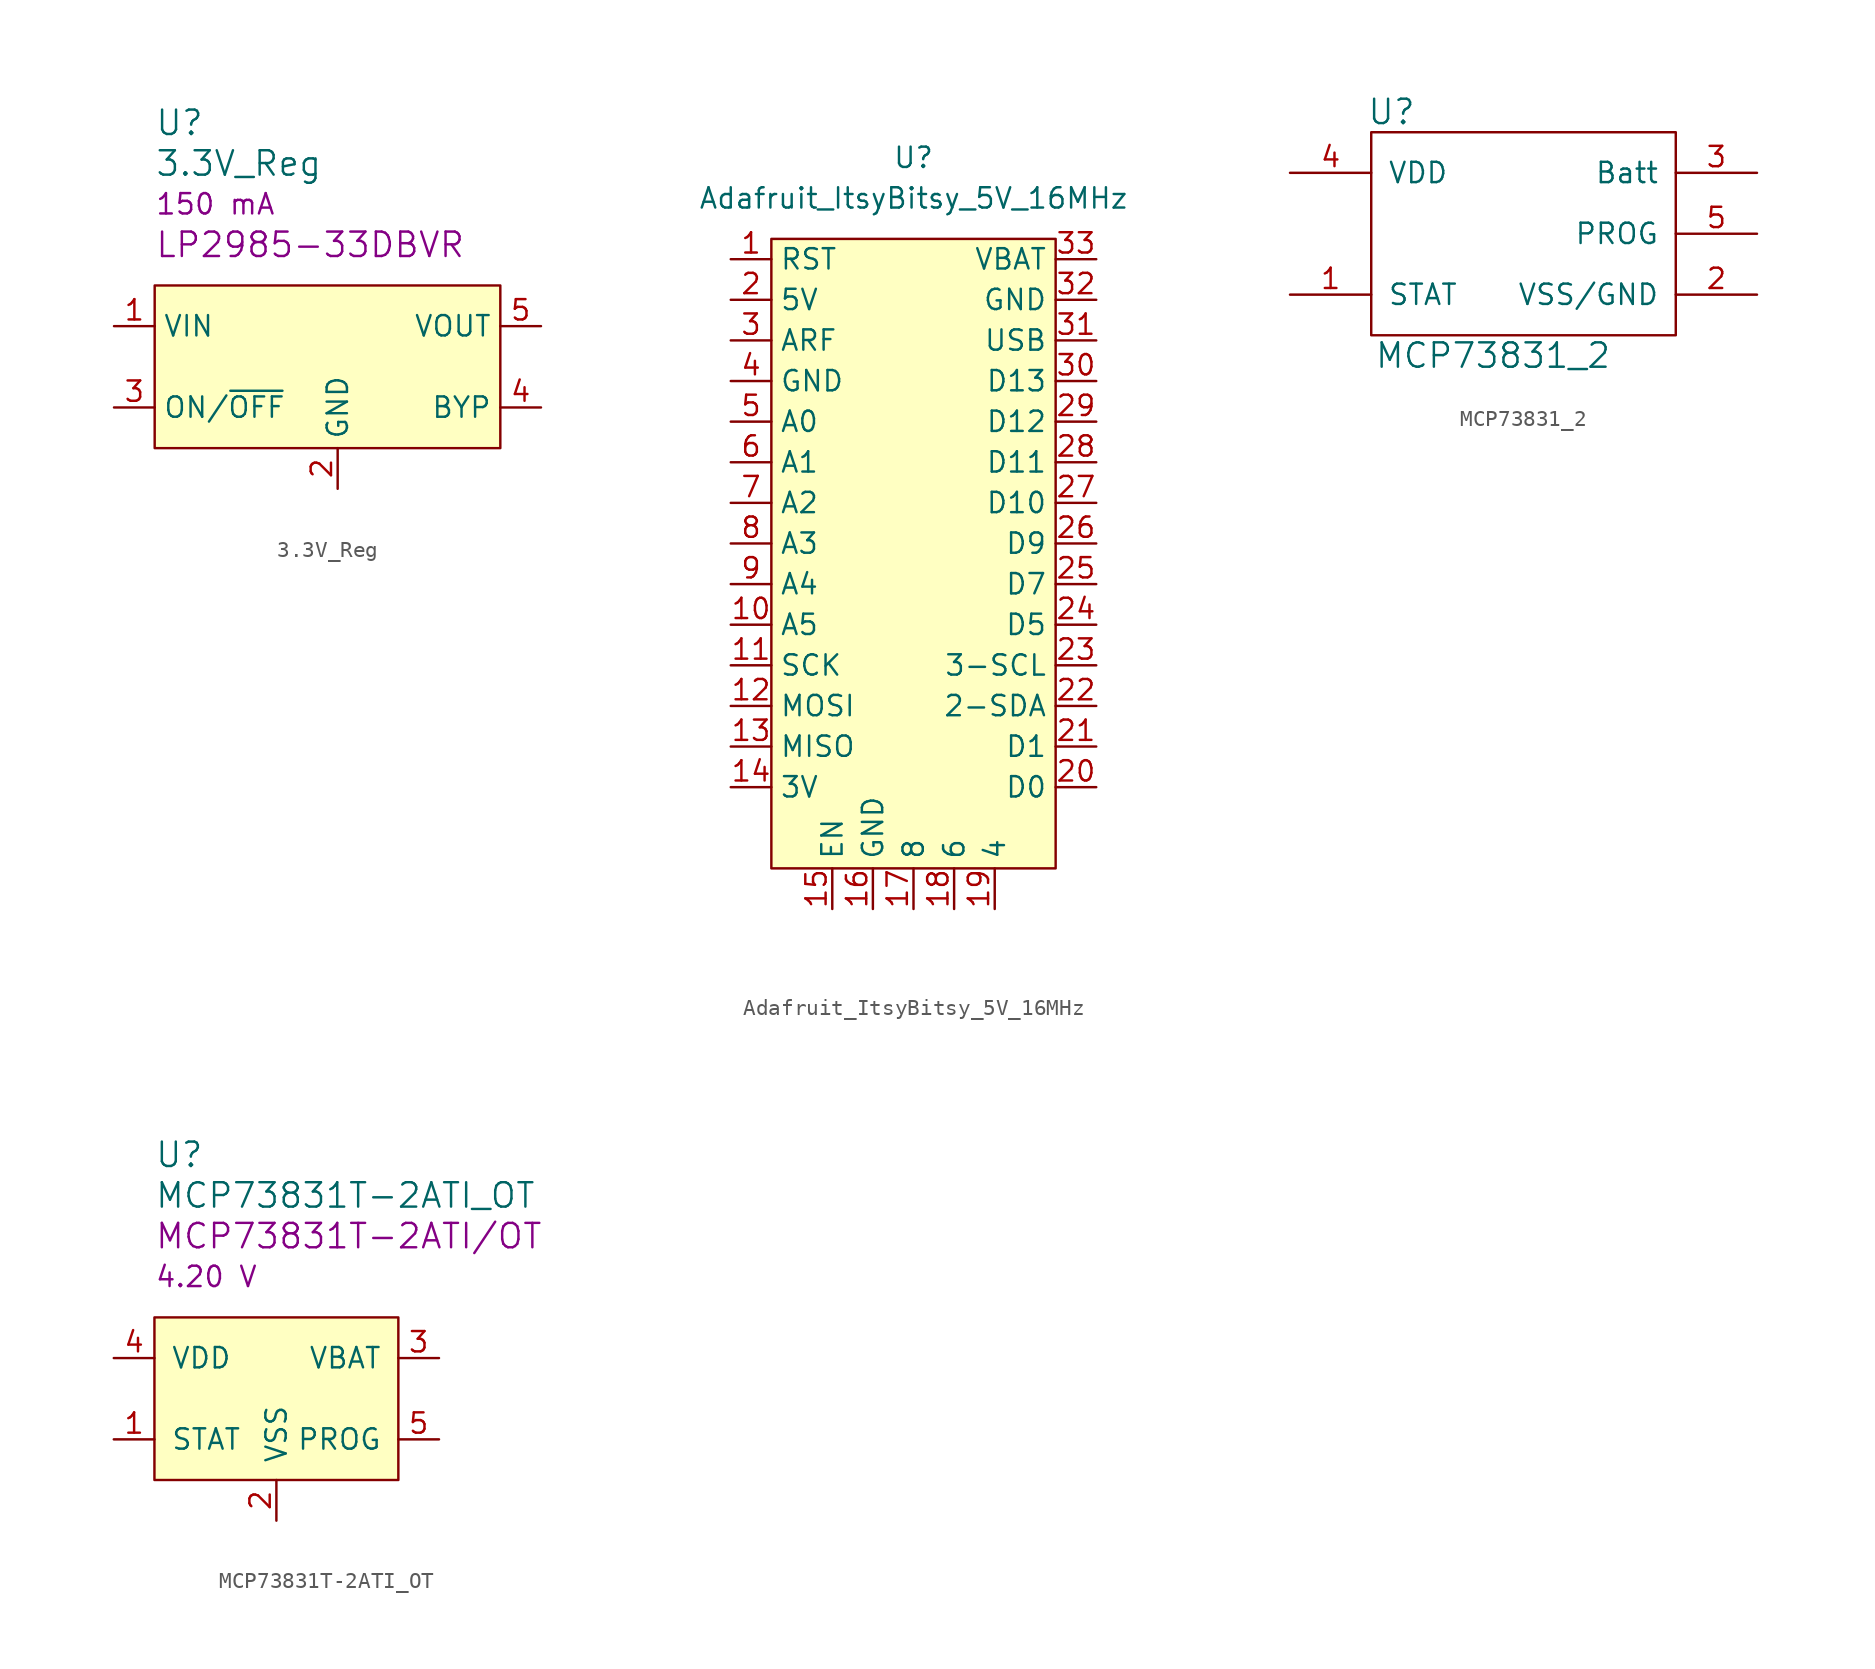
<source format=kicad_sym>
(kicad_symbol_lib
  (version 20211014)
  (generator kicad_symbol_editor)
  (symbol "3.3V_Reg"
    (property "Reference" "U"
      (at -13.97 15.24 0)
      (effects (font (size 1.524 1.524)) (justify left)))
    (property "Value" "3.3V_Reg"
      (at -13.97 12.7 0)
      (effects (font (size 1.524 1.524)) (justify left)))
    (property "MPN" "LP2985-33DBVR"
      (at -13.97 7.62 0)
      (effects (font (size 1.524 1.524)) (justify left)))
    (property "Imax" "150 mA"
      (at -13.97 10.16 0)
      (effects (font (size 1.27 1.27)) (justify left)))
    (symbol "3.3V_Reg_0_1"
      (rectangle (start -13.97 5.08) (end 7.62 -5.08) (stroke (width 0) (type default) (color 0 0 0 0)) (fill (type background))))
    (symbol "3.3V_Reg_1_1"
      (pin power_in line (at -16.51 2.54 0) (length 2.54) (name "VIN" (effects (font (size 1.27 1.27)))) (number "1" (effects (font (size 1.27 1.27)))))
      (pin power_in line (at -2.54 -7.62 90) (length 2.54) (name "GND" (effects (font (size 1.27 1.27)))) (number "2" (effects (font (size 1.27 1.27)))))
      (pin input line (at -16.51 -2.54 0) (length 2.54) (name "ON/~{OFF}" (effects (font (size 1.27 1.27)))) (number "3" (effects (font (size 1.27 1.27)))))
      (pin passive line (at 10.16 -2.54 180) (length 2.54) (name "BYP" (effects (font (size 1.27 1.27)))) (number "4" (effects (font (size 1.27 1.27)))))
      (pin power_out line (at 10.16 2.54 180) (length 2.54) (name "VOUT" (effects (font (size 1.27 1.27)))) (number "5" (effects (font (size 1.27 1.27)))))))
  (symbol "Adafruit_ItsyBitsy_5V_16MHz"
    (property "Reference" "U"
      (at 0 0 0)
      (effects (font (size 1.27 1.27))))
    (property "Value" "Adafruit_ItsyBitsy_5V_16MHz"
      (at 0 -2.54 0)
      (effects (font (size 1.27 1.27))))
    (symbol "Adafruit_ItsyBitsy_5V_16MHz_0_1"
      (rectangle (start -8.89 -5.08) (end 8.89 -44.45) (stroke (width 0) (type default) (color 0 0 0 0)) (fill (type background))))
    (symbol "Adafruit_ItsyBitsy_5V_16MHz_1_1"
      (pin input line (at -11.43 -6.35 0) (length 2.54) (name "RST" (effects (font (size 1.27 1.27)))) (number "1" (effects (font (size 1.27 1.27)))))
      (pin bidirectional line (at -11.43 -29.21 0) (length 2.54) (name "A5" (effects (font (size 1.27 1.27)))) (number "10" (effects (font (size 1.27 1.27)))))
      (pin output line (at -11.43 -31.75 0) (length 2.54) (name "SCK" (effects (font (size 1.27 1.27)))) (number "11" (effects (font (size 1.27 1.27)))))
      (pin output line (at -11.43 -34.29 0) (length 2.54) (name "MOSI" (effects (font (size 1.27 1.27)))) (number "12" (effects (font (size 1.27 1.27)))))
      (pin input line (at -11.43 -36.83 0) (length 2.54) (name "MISO" (effects (font (size 1.27 1.27)))) (number "13" (effects (font (size 1.27 1.27)))))
      (pin passive line (at -11.43 -39.37 0) (length 2.54) (name "3V" (effects (font (size 1.27 1.27)))) (number "14" (effects (font (size 1.27 1.27)))))
      (pin input line (at -5.08 -46.99 90) (length 2.54) (name "EN" (effects (font (size 1.27 1.27)))) (number "15" (effects (font (size 1.27 1.27)))))
      (pin passive line (at -2.54 -46.99 90) (length 2.54) (name "GND" (effects (font (size 1.27 1.27)))) (number "16" (effects (font (size 1.27 1.27)))))
      (pin bidirectional line (at 0 -46.99 90) (length 2.54) (name "8" (effects (font (size 1.27 1.27)))) (number "17" (effects (font (size 1.27 1.27)))))
      (pin bidirectional line (at 2.54 -46.99 90) (length 2.54) (name "6" (effects (font (size 1.27 1.27)))) (number "18" (effects (font (size 1.27 1.27)))))
      (pin bidirectional line (at 5.08 -46.99 90) (length 2.54) (name "4" (effects (font (size 1.27 1.27)))) (number "19" (effects (font (size 1.27 1.27)))))
      (pin power_out line (at -11.43 -8.89 0) (length 2.54) (name "5V" (effects (font (size 1.27 1.27)))) (number "2" (effects (font (size 1.27 1.27)))))
      (pin bidirectional line (at 11.43 -39.37 180) (length 2.54) (name "D0" (effects (font (size 1.27 1.27)))) (number "20" (effects (font (size 1.27 1.27)))))
      (pin bidirectional line (at 11.43 -36.83 180) (length 2.54) (name "D1" (effects (font (size 1.27 1.27)))) (number "21" (effects (font (size 1.27 1.27)))))
      (pin bidirectional line (at 11.43 -34.29 180) (length 2.54) (name "2-SDA" (effects (font (size 1.27 1.27)))) (number "22" (effects (font (size 1.27 1.27)))))
      (pin bidirectional line (at 11.43 -31.75 180) (length 2.54) (name "3-SCL" (effects (font (size 1.27 1.27)))) (number "23" (effects (font (size 1.27 1.27)))))
      (pin bidirectional line (at 11.43 -29.21 180) (length 2.54) (name "D5" (effects (font (size 1.27 1.27)))) (number "24" (effects (font (size 1.27 1.27)))))
      (pin bidirectional line (at 11.43 -26.67 180) (length 2.54) (name "D7" (effects (font (size 1.27 1.27)))) (number "25" (effects (font (size 1.27 1.27)))))
      (pin bidirectional line (at 11.43 -24.13 180) (length 2.54) (name "D9" (effects (font (size 1.27 1.27)))) (number "26" (effects (font (size 1.27 1.27)))))
      (pin bidirectional line (at 11.43 -21.59 180) (length 2.54) (name "D10" (effects (font (size 1.27 1.27)))) (number "27" (effects (font (size 1.27 1.27)))))
      (pin bidirectional line (at 11.43 -19.05 180) (length 2.54) (name "D11" (effects (font (size 1.27 1.27)))) (number "28" (effects (font (size 1.27 1.27)))))
      (pin bidirectional line (at 11.43 -16.51 180) (length 2.54) (name "D12" (effects (font (size 1.27 1.27)))) (number "29" (effects (font (size 1.27 1.27)))))
      (pin passive line (at -11.43 -11.43 0) (length 2.54) (name "ARF" (effects (font (size 1.27 1.27)))) (number "3" (effects (font (size 1.27 1.27)))))
      (pin bidirectional line (at 11.43 -13.97 180) (length 2.54) (name "D13" (effects (font (size 1.27 1.27)))) (number "30" (effects (font (size 1.27 1.27)))))
      (pin power_in line (at 11.43 -11.43 180) (length 2.54) (name "USB" (effects (font (size 1.27 1.27)))) (number "31" (effects (font (size 1.27 1.27)))))
      (pin passive line (at 11.43 -8.89 180) (length 2.54) (name "GND" (effects (font (size 1.27 1.27)))) (number "32" (effects (font (size 1.27 1.27)))))
      (pin passive line (at 11.43 -6.35 180) (length 2.54) (name "VBAT" (effects (font (size 1.27 1.27)))) (number "33" (effects (font (size 1.27 1.27)))))
      (pin passive line (at -11.43 -13.97 0) (length 2.54) (name "GND" (effects (font (size 1.27 1.27)))) (number "4" (effects (font (size 1.27 1.27)))))
      (pin bidirectional line (at -11.43 -16.51 0) (length 2.54) (name "A0" (effects (font (size 1.27 1.27)))) (number "5" (effects (font (size 1.27 1.27)))))
      (pin bidirectional line (at -11.43 -19.05 0) (length 2.54) (name "A1" (effects (font (size 1.27 1.27)))) (number "6" (effects (font (size 1.27 1.27)))))
      (pin bidirectional line (at -11.43 -21.59 0) (length 2.54) (name "A2" (effects (font (size 1.27 1.27)))) (number "7" (effects (font (size 1.27 1.27)))))
      (pin bidirectional line (at -11.43 -24.13 0) (length 2.54) (name "A3" (effects (font (size 1.27 1.27)))) (number "8" (effects (font (size 1.27 1.27)))))
      (pin bidirectional line (at -11.43 -26.67 0) (length 2.54) (name "A4" (effects (font (size 1.27 1.27)))) (number "9" (effects (font (size 1.27 1.27)))))))
  (symbol "MCP73831_2"
    (pin_names
      (offset 1.016))
    (property "Reference" "U"
      (at 1.27 7.62 0)
      (effects (font (size 1.524 1.524))))
    (property "Value" "MCP73831_2"
      (at 7.62 -7.62 0)
      (effects (font (size 1.524 1.524))))
    (symbol "MCP73831_2_0_1"
      (rectangle (start 0 6.35) (end 19.05 -6.35) (stroke (width 0) (type default) (color 0 0 0 0)) (fill (type none))))
    (symbol "MCP73831_2_1_1"
      (pin input line (at -5.08 -3.81 0) (length 5.08) (name "STAT" (effects (font (size 1.27 1.27)))) (number "1" (effects (font (size 1.27 1.27)))))
      (pin input line (at 24.13 -3.81 180) (length 5.08) (name "VSS/GND" (effects (font (size 1.27 1.27)))) (number "2" (effects (font (size 1.27 1.27)))))
      (pin input line (at 24.13 3.81 180) (length 5.08) (name "Batt" (effects (font (size 1.27 1.27)))) (number "3" (effects (font (size 1.27 1.27)))))
      (pin input line (at -5.08 3.81 0) (length 5.08) (name "VDD" (effects (font (size 1.27 1.27)))) (number "4" (effects (font (size 1.27 1.27)))))
      (pin input line (at 24.13 0 180) (length 5.08) (name "PROG" (effects (font (size 1.27 1.27)))) (number "5" (effects (font (size 1.27 1.27)))))))
  (symbol "MCP73831T-2ATI_OT"
    (pin_names
      (offset 1.016))
    (property "Reference" "U"
      (at -7.62 12.7 0)
      (effects (font (size 1.524 1.524)) (justify left)))
    (property "Value" "MCP73831T-2ATI_OT"
      (at -7.62 10.16 0)
      (effects (font (size 1.524 1.524)) (justify left)))
    (property "MPN" "MCP73831T-2ATI/OT"
      (at -7.62 7.62 0)
      (effects (font (size 1.524 1.524)) (justify left)))
    (property "Vreg" "4.20 V"
      (at -7.62 5.08 0)
      (effects (font (size 1.27 1.27)) (justify left)))
    (symbol "MCP73831T-2ATI_OT_0_1"
      (rectangle (start 7.62 2.54) (end -7.62 -7.62) (stroke (width 0) (type default) (color 0 0 0 0)) (fill (type background))))
    (symbol "MCP73831T-2ATI_OT_1_1"
      (pin output line (at -10.16 -5.08 0) (length 2.54) (name "STAT" (effects (font (size 1.27 1.27)))) (number "1" (effects (font (size 1.27 1.27)))))
      (pin power_in line (at 0 -10.16 90) (length 2.54) (name "VSS" (effects (font (size 1.27 1.27)))) (number "2" (effects (font (size 1.27 1.27)))))
      (pin power_out line (at 10.16 0 180) (length 2.54) (name "VBAT" (effects (font (size 1.27 1.27)))) (number "3" (effects (font (size 1.27 1.27)))))
      (pin power_in line (at -10.16 0 0) (length 2.54) (name "VDD" (effects (font (size 1.27 1.27)))) (number "4" (effects (font (size 1.27 1.27)))))
      (pin input line (at 10.16 -5.08 180) (length 2.54) (name "PROG" (effects (font (size 1.27 1.27)))) (number "5" (effects (font (size 1.27 1.27))))))))
</source>
